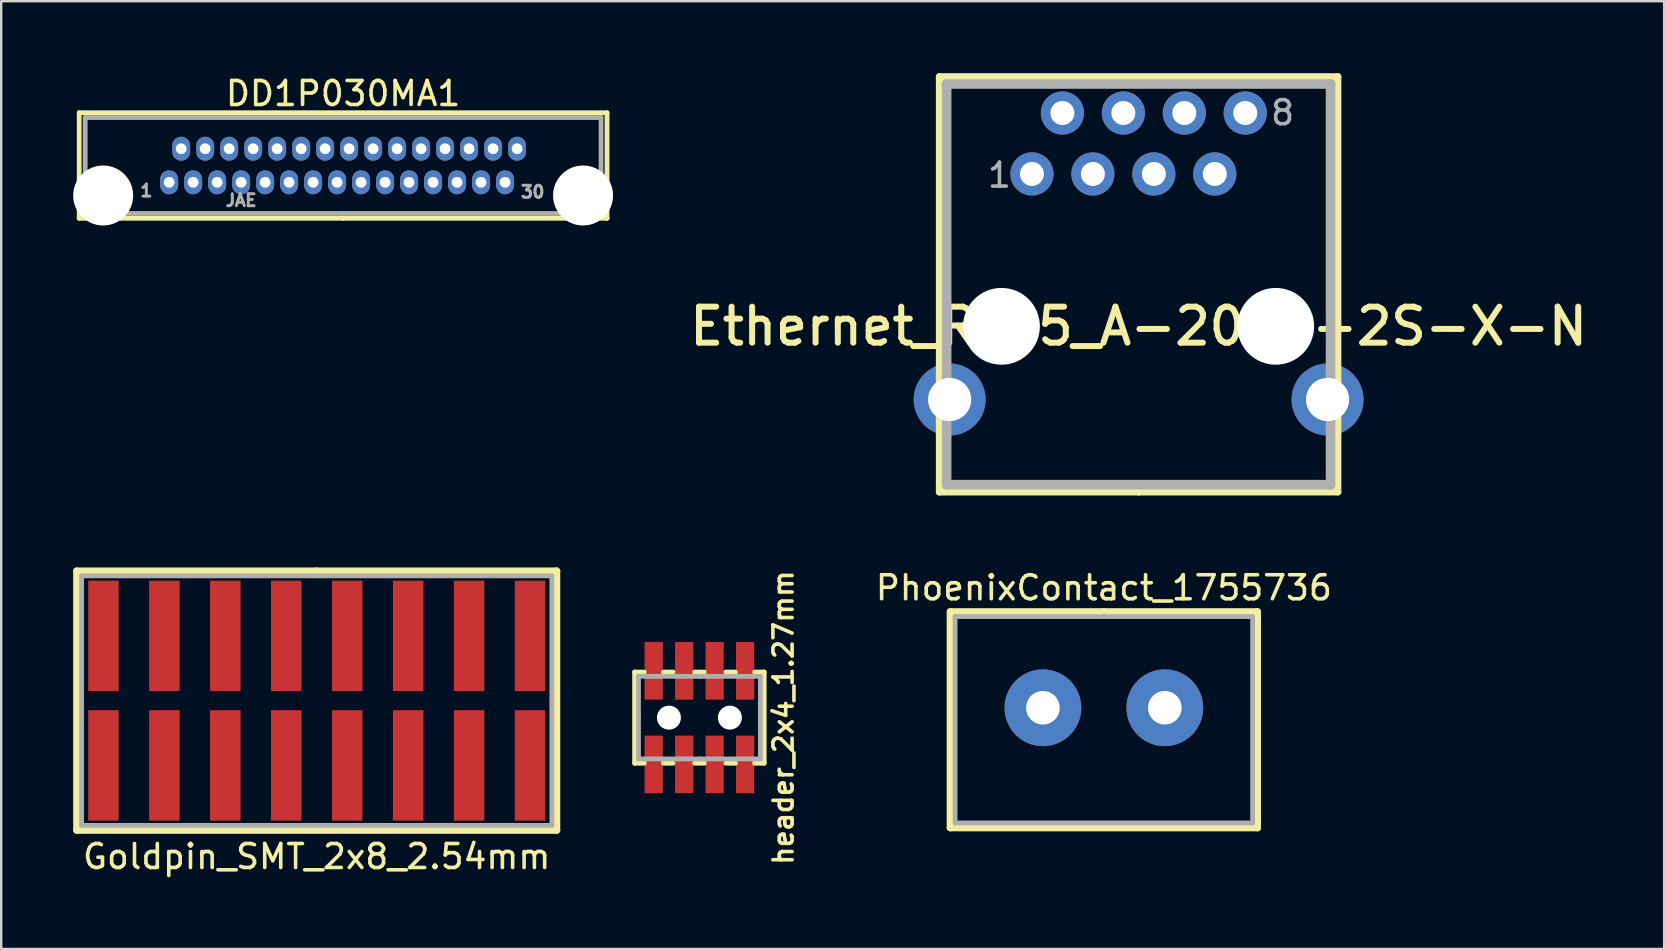
<source format=kicad_pcb>
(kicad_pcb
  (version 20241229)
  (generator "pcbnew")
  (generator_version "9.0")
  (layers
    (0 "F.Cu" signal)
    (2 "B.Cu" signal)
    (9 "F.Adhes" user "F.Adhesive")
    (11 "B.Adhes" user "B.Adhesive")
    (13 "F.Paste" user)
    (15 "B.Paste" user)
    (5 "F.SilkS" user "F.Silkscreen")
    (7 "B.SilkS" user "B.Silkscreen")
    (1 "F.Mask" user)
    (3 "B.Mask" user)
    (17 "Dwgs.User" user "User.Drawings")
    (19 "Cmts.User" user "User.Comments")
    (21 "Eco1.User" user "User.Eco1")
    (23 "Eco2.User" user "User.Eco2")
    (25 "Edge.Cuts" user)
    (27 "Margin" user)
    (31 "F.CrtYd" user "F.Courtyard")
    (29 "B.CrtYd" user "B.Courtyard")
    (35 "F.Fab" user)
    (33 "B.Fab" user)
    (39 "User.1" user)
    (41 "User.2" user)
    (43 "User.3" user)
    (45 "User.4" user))
  (footprint "Ethernet_RJ45_A-2014-2S-X-N"
    (layer "F.Cu")
    (at 44.404 10.55)
    (property "Reference" "Ethernet_RJ45_A-2014-2S-X-N" (at 0 0 0) (layer "F.SilkS") (effects (font (size 1.5 1.5) (thickness 0.25))))
    (attr through_hole)
    (fp_line (start -8.3 6.9) (end -8.3 -10.4) (stroke (width 0.3) (type solid)) (layer "F.SilkS"))
    (fp_line (start 0 6.9) (end -8.3 6.9) (stroke (width 0.3) (type solid)) (layer "F.SilkS"))
    (fp_line (start 8.3 -10.4) (end -8.3 -10.4) (stroke (width 0.3) (type solid)) (layer "F.SilkS"))
    (fp_line (start 8.3 -10.4) (end 8.3 6.9) (stroke (width 0.3) (type solid)) (layer "F.SilkS"))
    (fp_line (start 8.3 6.9) (end 0 6.9) (stroke (width 0.3) (type solid)) (layer "F.SilkS"))
    (fp_line (start -8 -10.1) (end -8 6.6) (stroke (width 0.4) (type solid)) (layer "F.Fab"))
    (fp_line (start -8 6.6) (end 8 6.6) (stroke (width 0.4) (type solid)) (layer "F.Fab"))
    (fp_line (start 8 -10.1) (end -8 -10.1) (stroke (width 0.4) (type solid)) (layer "F.Fab"))
    (fp_line (start 8 6.6) (end 8 -10.1) (stroke (width 0.4) (type solid)) (layer "F.Fab"))
    (fp_text user "1" (at -5.8 -6.3 0) (layer "F.Fab") (effects (font (size 1 1) (thickness 0.15))))
    (fp_text user "8" (at 6 -8.9 0) (layer "F.Fab") (effects (font (size 1 1) (thickness 0.15))))
    (pad "" np_thru_hole circle (at -5.715 0) (size 3.2 3.2) (drill 3.2) (layers "*.Cu" "*.Mask"))
    (pad "" np_thru_hole circle (at 5.715 0) (size 3.2 3.2) (drill 3.2) (layers "*.Cu" "*.Mask"))
    (pad "1" thru_hole circle (at -4.445 -6.35) (size 1.8 1.8) (drill 1) (layers "*.Cu" "*.Mask"))
    (pad "2" thru_hole circle (at -3.175 -8.89) (size 1.8 1.8) (drill 1) (layers "*.Cu" "*.Mask"))
    (pad "3" thru_hole circle (at -1.905 -6.35) (size 1.8 1.8) (drill 1) (layers "*.Cu" "*.Mask"))
    (pad "4" thru_hole circle (at -0.635 -8.89) (size 1.8 1.8) (drill 1) (layers "*.Cu" "*.Mask"))
    (pad "5" thru_hole circle (at 0.635 -6.35) (size 1.8 1.8) (drill 1) (layers "*.Cu" "*.Mask"))
    (pad "6" thru_hole circle (at 1.905 -8.89) (size 1.8 1.8) (drill 1) (layers "*.Cu" "*.Mask"))
    (pad "7" thru_hole circle (at 3.175 -6.35) (size 1.8 1.8) (drill 1) (layers "*.Cu" "*.Mask"))
    (pad "8" thru_hole circle (at 4.445 -8.89) (size 1.8 1.8) (drill 1) (layers "*.Cu" "*.Mask"))
    (pad "9" thru_hole circle (at -7.875 3.05) (size 3 3) (drill 1.8) (layers "*.Cu" "*.Mask"))
    (pad "9" thru_hole circle (at 7.875 3.05) (size 3 3) (drill 1.8) (layers "*.Cu" "*.Mask")))
  (footprint "Goldpin_SMT_2x8_2.54mm"
    (layer "F.Cu")
    (at 10.15 26.15)
    (property "Reference" "Goldpin_SMT_2x8_2.54mm" (at 0 6.5 0) (layer "F.SilkS") (effects (font (size 1 1) (thickness 0.15))))
    (attr smd)
    (fp_line (start -10 -5.4) (end -10 5.4) (stroke (width 0.3) (type solid)) (layer "F.SilkS"))
    (fp_line (start -10 5.4) (end 10 5.4) (stroke (width 0.3) (type solid)) (layer "F.SilkS"))
    (fp_line (start 0 -5.4) (end -10 -5.4) (stroke (width 0.3) (type solid)) (layer "F.SilkS"))
    (fp_line (start 10 -5.4) (end 0 -5.4) (stroke (width 0.3) (type solid)) (layer "F.SilkS"))
    (fp_line (start 10 5.4) (end 10 -5.4) (stroke (width 0.3) (type solid)) (layer "F.SilkS"))
    (fp_line (start -9.8 -5.2) (end -9.8 5.2) (stroke (width 0.2) (type solid)) (layer "F.Fab"))
    (fp_line (start -9.8 5.2) (end 9.8 5.2) (stroke (width 0.2) (type solid)) (layer "F.Fab"))
    (fp_line (start 0 -5.2) (end -9.8 -5.2) (stroke (width 0.2) (type solid)) (layer "F.Fab"))
    (fp_line (start 9.8 -5.2) (end 0 -5.2) (stroke (width 0.2) (type solid)) (layer "F.Fab"))
    (fp_line (start 9.8 5.2) (end 9.8 -5.2) (stroke (width 0.2) (type solid)) (layer "F.Fab"))
    (pad "1" smd rect (at -8.89 2.7) (size 1.27 4.6) (layers "F.Cu" "F.Mask" "F.Paste"))
    (pad "2" smd rect (at -8.89 -2.7) (size 1.27 4.6) (layers "F.Cu" "F.Mask" "F.Paste"))
    (pad "3" smd rect (at -6.35 2.7) (size 1.27 4.6) (layers "F.Cu" "F.Mask" "F.Paste"))
    (pad "4" smd rect (at -6.35 -2.7) (size 1.27 4.6) (layers "F.Cu" "F.Mask" "F.Paste"))
    (pad "5" smd rect (at -3.81 2.7) (size 1.27 4.6) (layers "F.Cu" "F.Mask" "F.Paste"))
    (pad "6" smd rect (at -3.81 -2.7) (size 1.27 4.6) (layers "F.Cu" "F.Mask" "F.Paste"))
    (pad "7" smd rect (at -1.27 2.7) (size 1.27 4.6) (layers "F.Cu" "F.Mask" "F.Paste"))
    (pad "8" smd rect (at -1.27 -2.7) (size 1.27 4.6) (layers "F.Cu" "F.Mask" "F.Paste"))
    (pad "9" smd rect (at 1.27 2.7) (size 1.27 4.6) (layers "F.Cu" "F.Mask" "F.Paste"))
    (pad "10" smd rect (at 1.27 -2.7) (size 1.27 4.6) (layers "F.Cu" "F.Mask" "F.Paste"))
    (pad "11" smd rect (at 3.81 2.7) (size 1.27 4.6) (layers "F.Cu" "F.Mask" "F.Paste"))
    (pad "12" smd rect (at 3.81 -2.7) (size 1.27 4.6) (layers "F.Cu" "F.Mask" "F.Paste"))
    (pad "13" smd rect (at 6.35 2.7) (size 1.27 4.6) (layers "F.Cu" "F.Mask" "F.Paste"))
    (pad "14" smd rect (at 6.35 -2.7) (size 1.27 4.6) (layers "F.Cu" "F.Mask" "F.Paste"))
    (pad "15" smd rect (at 8.89 2.7) (size 1.27 4.6) (layers "F.Cu" "F.Mask" "F.Paste"))
    (pad "16" smd rect (at 8.89 -2.7) (size 1.27 4.6) (layers "F.Cu" "F.Mask" "F.Paste")))
  (footprint "PhoenixContact_1755736"
    (layer "F.Cu")
    (at 42.956 26.448)
    (property "Reference" "PhoenixContact_1755736" (at 0 -5 0) (layer "F.SilkS") (effects (font (size 1 1) (thickness 0.15))))
    (attr through_hole)
    (fp_line (start -6.4 -4) (end -6.4 5) (stroke (width 0.3) (type solid)) (layer "F.SilkS"))
    (fp_line (start -6.4 5) (end 6.4 5) (stroke (width 0.3) (type solid)) (layer "F.SilkS"))
    (fp_line (start 0 -4) (end -6.4 -4) (stroke (width 0.3) (type solid)) (layer "F.SilkS"))
    (fp_line (start 6.4 -4) (end 0 -4) (stroke (width 0.3) (type solid)) (layer "F.SilkS"))
    (fp_line (start 6.4 5) (end 6.4 -4) (stroke (width 0.3) (type solid)) (layer "F.SilkS"))
    (fp_line (start -6.2 -3.8) (end -6.2 4.8) (stroke (width 0.2) (type solid)) (layer "F.Fab"))
    (fp_line (start -6.2 4.8) (end 6.2 4.8) (stroke (width 0.2) (type solid)) (layer "F.Fab"))
    (fp_line (start 0 -3.8) (end -6.2 -3.8) (stroke (width 0.2) (type solid)) (layer "F.Fab"))
    (fp_line (start 6.2 -3.8) (end 0 -3.8) (stroke (width 0.2) (type solid)) (layer "F.Fab"))
    (fp_line (start 6.2 4.8) (end 6.2 -3.8) (stroke (width 0.2) (type solid)) (layer "F.Fab"))
    (pad "1" thru_hole circle (at -2.54 0) (size 3.2 3.2) (drill 1.4) (layers "*.Cu" "*.Mask"))
    (pad "2" thru_hole circle (at 2.54 0) (size 3.2 3.2) (drill 1.4) (layers "*.Cu" "*.Mask")))
  (footprint "header_2x4_1.27mm"
    (layer "F.Cu")
    (at 26.1 26.859)
    (property "Reference" "header_2x4_1.27mm" (at 3.5 0 90) (layer "F.SilkS") (effects (font (size 0.8 0.8) (thickness 0.15))))
    (attr smd)
    (fp_line (start -2.7 -1.9) (end -2.7 1.9) (stroke (width 0.2) (type solid)) (layer "F.SilkS"))
    (fp_line (start -2.7 1.9) (end -2.3 1.9) (stroke (width 0.2) (type solid)) (layer "F.SilkS"))
    (fp_line (start -2.3 -1.9) (end -2.7 -1.9) (stroke (width 0.2) (type solid)) (layer "F.SilkS"))
    (fp_line (start -1.5 -1.9) (end -1.1 -1.9) (stroke (width 0.2) (type solid)) (layer "F.SilkS"))
    (fp_line (start -1.5 1.9) (end -1.1 1.9) (stroke (width 0.2) (type solid)) (layer "F.SilkS"))
    (fp_line (start -0.2 -1.9) (end 0.2 -1.9) (stroke (width 0.2) (type solid)) (layer "F.SilkS"))
    (fp_line (start -0.2 1.9) (end 0.2 1.9) (stroke (width 0.2) (type solid)) (layer "F.SilkS"))
    (fp_line (start 1.1 -1.9) (end 1.5 -1.9) (stroke (width 0.2) (type solid)) (layer "F.SilkS"))
    (fp_line (start 1.1 1.9) (end 1.5 1.9) (stroke (width 0.2) (type solid)) (layer "F.SilkS"))
    (fp_line (start 2.7 -1.9) (end 2.3 -1.9) (stroke (width 0.2) (type solid)) (layer "F.SilkS"))
    (fp_line (start 2.7 -1.9) (end 2.7 1.9) (stroke (width 0.2) (type solid)) (layer "F.SilkS"))
    (fp_line (start 2.7 1.9) (end 2.3 1.9) (stroke (width 0.2) (type solid)) (layer "F.SilkS"))
    (fp_line (start -2.54 -1.72) (end -2.54 0) (stroke (width 0.2) (type solid)) (layer "F.Fab"))
    (fp_line (start -2.54 0) (end -2.54 1.72) (stroke (width 0.2) (type solid)) (layer "F.Fab"))
    (fp_line (start -2.54 1.72) (end 0 1.72) (stroke (width 0.2) (type solid)) (layer "F.Fab"))
    (fp_line (start 0 -1.72) (end -2.54 -1.72) (stroke (width 0.2) (type solid)) (layer "F.Fab"))
    (fp_line (start 0 1.72) (end 2.54 1.72) (stroke (width 0.2) (type solid)) (layer "F.Fab"))
    (fp_line (start 2.54 -1.72) (end 0 -1.72) (stroke (width 0.2) (type solid)) (layer "F.Fab"))
    (fp_line (start 2.54 0) (end 2.54 -1.72) (stroke (width 0.2) (type solid)) (layer "F.Fab"))
    (fp_line (start 2.54 1.72) (end 2.54 0) (stroke (width 0.2) (type solid)) (layer "F.Fab"))
    (pad "" np_thru_hole circle (at -1.27 0) (size 1 1) (drill 1) (layers "*.Cu" "*.Mask"))
    (pad "" np_thru_hole circle (at 1.27 0) (size 1 1) (drill 1) (layers "*.Cu" "*.Mask"))
    (pad "1" smd rect (at -1.905 1.95) (size 0.76 2.4) (layers "F.Cu" "F.Mask" "F.Paste"))
    (pad "2" smd rect (at -1.905 -1.95) (size 0.76 2.4) (layers "F.Cu" "F.Mask" "F.Paste"))
    (pad "3" smd rect (at -0.635 1.95) (size 0.76 2.4) (layers "F.Cu" "F.Mask" "F.Paste"))
    (pad "4" smd rect (at -0.635 -1.95) (size 0.76 2.4) (layers "F.Cu" "F.Mask" "F.Paste"))
    (pad "5" smd rect (at 0.635 1.95) (size 0.76 2.4) (layers "F.Cu" "F.Mask" "F.Paste"))
    (pad "6" smd rect (at 0.635 -1.95) (size 0.76 2.4) (layers "F.Cu" "F.Mask" "F.Paste"))
    (pad "7" smd rect (at 1.905 1.95) (size 0.76 2.4) (layers "F.Cu" "F.Mask" "F.Paste"))
    (pad "8" smd rect (at 1.905 -1.95) (size 0.76 2.4) (layers "F.Cu" "F.Mask" "F.Paste")))
  (footprint "DD1P030MA1"
    (layer "F.Cu")
    (at 11.25 3.848)
    (property "Reference" "DD1P030MA1" (at 0 -3 0) (layer "F.SilkS") (effects (font (size 1 1) (thickness 0.15))))
    (attr through_hole)
    (fp_line (start -11 -2.2) (end 11 -2.2) (stroke (width 0.2) (type solid)) (layer "F.SilkS"))
    (fp_line (start -11 2.2) (end -11 -2.2) (stroke (width 0.2) (type solid)) (layer "F.SilkS"))
    (fp_line (start 0 2.2) (end -11 2.2) (stroke (width 0.2) (type solid)) (layer "F.SilkS"))
    (fp_line (start 11 -2.2) (end 11 2.2) (stroke (width 0.2) (type solid)) (layer "F.SilkS"))
    (fp_line (start 11 2.2) (end 0 2.2) (stroke (width 0.2) (type solid)) (layer "F.SilkS"))
    (fp_line (start -10.75 -2) (end 10.75 -2) (stroke (width 0.2) (type solid)) (layer "F.Fab"))
    (fp_line (start -10.75 2) (end -10.75 -2) (stroke (width 0.2) (type solid)) (layer "F.Fab"))
    (fp_line (start -9.25 0.5) (end -10.75 0.5) (stroke (width 0.2) (type solid)) (layer "F.Fab"))
    (fp_line (start -9.25 2) (end -9.25 0.5) (stroke (width 0.2) (type solid)) (layer "F.Fab"))
    (fp_line (start 0 2) (end -10.75 2) (stroke (width 0.2) (type solid)) (layer "F.Fab"))
    (fp_line (start 9.25 0.5) (end 10.75 0.5) (stroke (width 0.2) (type solid)) (layer "F.Fab"))
    (fp_line (start 9.25 2) (end 9.25 0.5) (stroke (width 0.2) (type solid)) (layer "F.Fab"))
    (fp_line (start 10.75 -2) (end 10.75 2) (stroke (width 0.2) (type solid)) (layer "F.Fab"))
    (fp_line (start 10.75 2) (end 0 2) (stroke (width 0.2) (type solid)) (layer "F.Fab"))
    (fp_text user "30" (at 7.9 1.1 0) (layer "F.Fab") (effects (font (size 0.5 0.5) (thickness 0.125))))
    (fp_text user "JAE" (at -4.25 1.45 0) (layer "F.Fab") (effects (font (size 0.5 0.5) (thickness 0.125))))
    (fp_text user "1" (at -8.2 1.05 0) (layer "F.Fab") (effects (font (size 0.5 0.5) (thickness 0.125))))
    (pad "" np_thru_hole circle (at -10 1.25) (size 2.5 2.5) (drill 2.5) (layers "*.Cu" "*.Mask"))
    (pad "" np_thru_hole circle (at 10 1.25) (size 2.5 2.5) (drill 2.5) (layers "*.Cu" "*.Mask"))
    (pad "1" thru_hole oval (at -6.75 -0.7) (size 0.75 1) (drill 0.45) (layers "*.Cu" "*.Mask"))
    (pad "2" thru_hole oval (at -7.25 0.7) (size 0.75 1) (drill 0.45) (layers "*.Cu" "*.Mask"))
    (pad "3" thru_hole oval (at -5.75 -0.7) (size 0.75 1) (drill 0.45) (layers "*.Cu" "*.Mask"))
    (pad "4" thru_hole oval (at -6.25 0.7) (size 0.75 1) (drill 0.45) (layers "*.Cu" "*.Mask"))
    (pad "5" thru_hole oval (at -4.75 -0.7) (size 0.75 1) (drill 0.45) (layers "*.Cu" "*.Mask"))
    (pad "6" thru_hole oval (at -5.25 0.7) (size 0.75 1) (drill 0.45) (layers "*.Cu" "*.Mask"))
    (pad "7" thru_hole oval (at -3.75 -0.7) (size 0.75 1) (drill 0.45) (layers "*.Cu" "*.Mask"))
    (pad "8" thru_hole oval (at -4.25 0.7) (size 0.75 1) (drill 0.45) (layers "*.Cu" "*.Mask"))
    (pad "9" thru_hole oval (at -2.75 -0.7) (size 0.75 1) (drill 0.45) (layers "*.Cu" "*.Mask"))
    (pad "10" thru_hole oval (at -3.25 0.7) (size 0.75 1) (drill 0.45) (layers "*.Cu" "*.Mask"))
    (pad "11" thru_hole oval (at -1.75 -0.7) (size 0.75 1) (drill 0.45) (layers "*.Cu" "*.Mask"))
    (pad "12" thru_hole oval (at -2.25 0.7) (size 0.75 1) (drill 0.45) (layers "*.Cu" "*.Mask"))
    (pad "13" thru_hole oval (at -0.75 -0.7) (size 0.75 1) (drill 0.45) (layers "*.Cu" "*.Mask"))
    (pad "14" thru_hole oval (at -1.25 0.7) (size 0.75 1) (drill 0.45) (layers "*.Cu" "*.Mask"))
    (pad "15" thru_hole oval (at 0.25 -0.7) (size 0.75 1) (drill 0.45) (layers "*.Cu" "*.Mask"))
    (pad "16" thru_hole oval (at -0.25 0.7) (size 0.75 1) (drill 0.45) (layers "*.Cu" "*.Mask"))
    (pad "17" thru_hole oval (at 1.25 -0.7) (size 0.75 1) (drill 0.45) (layers "*.Cu" "*.Mask"))
    (pad "18" thru_hole oval (at 0.75 0.7) (size 0.75 1) (drill 0.45) (layers "*.Cu" "*.Mask"))
    (pad "19" thru_hole oval (at 2.25 -0.7) (size 0.75 1) (drill 0.45) (layers "*.Cu" "*.Mask"))
    (pad "20" thru_hole oval (at 1.75 0.7) (size 0.75 1) (drill 0.45) (layers "*.Cu" "*.Mask"))
    (pad "21" thru_hole oval (at 3.25 -0.7) (size 0.75 1) (drill 0.45) (layers "*.Cu" "*.Mask"))
    (pad "22" thru_hole oval (at 2.75 0.7) (size 0.75 1) (drill 0.45) (layers "*.Cu" "*.Mask"))
    (pad "23" thru_hole oval (at 4.25 -0.7) (size 0.75 1) (drill 0.45) (layers "*.Cu" "*.Mask"))
    (pad "24" thru_hole oval (at 3.75 0.7) (size 0.75 1) (drill 0.45) (layers "*.Cu" "*.Mask"))
    (pad "25" thru_hole oval (at 5.25 -0.7) (size 0.75 1) (drill 0.45) (layers "*.Cu" "*.Mask"))
    (pad "26" thru_hole oval (at 4.75 0.7) (size 0.75 1) (drill 0.45) (layers "*.Cu" "*.Mask"))
    (pad "27" thru_hole oval (at 6.25 -0.7) (size 0.75 1) (drill 0.45) (layers "*.Cu" "*.Mask"))
    (pad "28" thru_hole oval (at 5.75 0.7) (size 0.75 1) (drill 0.45) (layers "*.Cu" "*.Mask"))
    (pad "29" thru_hole oval (at 7.25 -0.7) (size 0.75 1) (drill 0.45) (layers "*.Cu" "*.Mask"))
    (pad "30" thru_hole oval (at 6.75 0.7) (size 0.75 1) (drill 0.45) (layers "*.Cu" "*.Mask")))
  (gr_rect
    (start -3 -3)
    (end 66.307 36.498)
    (stroke (width 0.1) (type default))
    (fill no)
    (layer "Edge.Cuts")))
</source>
